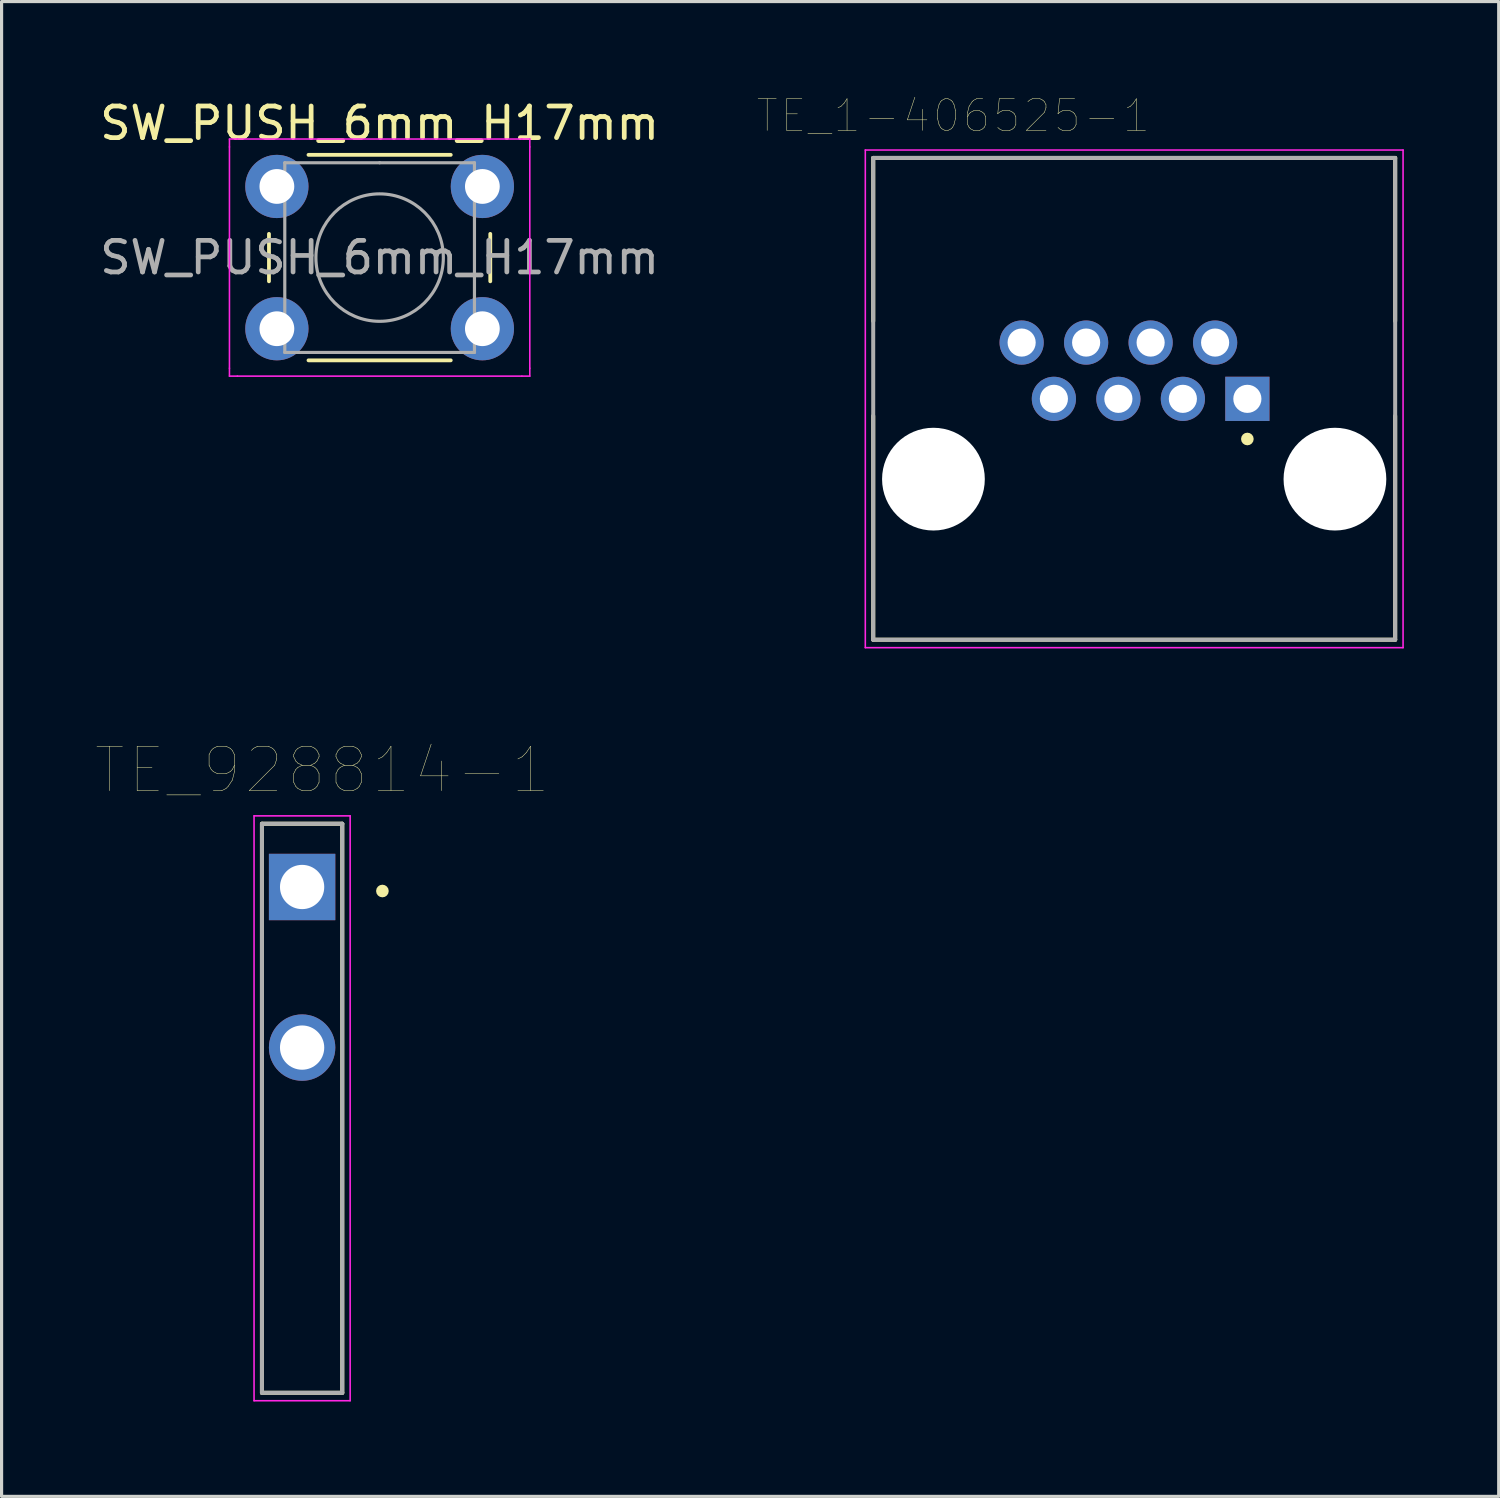
<source format=kicad_pcb>
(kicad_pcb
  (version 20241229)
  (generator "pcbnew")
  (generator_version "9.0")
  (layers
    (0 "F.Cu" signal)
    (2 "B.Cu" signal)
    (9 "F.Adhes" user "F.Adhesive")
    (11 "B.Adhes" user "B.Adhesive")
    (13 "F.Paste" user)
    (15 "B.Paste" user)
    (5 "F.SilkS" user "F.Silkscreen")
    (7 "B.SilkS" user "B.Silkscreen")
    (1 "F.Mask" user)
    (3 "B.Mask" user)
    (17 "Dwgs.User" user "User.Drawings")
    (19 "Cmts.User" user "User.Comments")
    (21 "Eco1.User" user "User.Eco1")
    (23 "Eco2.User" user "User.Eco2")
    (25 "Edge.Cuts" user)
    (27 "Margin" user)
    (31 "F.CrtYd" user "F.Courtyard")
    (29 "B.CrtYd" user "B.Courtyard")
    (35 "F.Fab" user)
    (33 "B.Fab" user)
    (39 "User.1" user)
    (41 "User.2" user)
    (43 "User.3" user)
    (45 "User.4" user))
  (footprint "TE_928814-1"
    (layer "F.Cu")
    (at 6.506 25.007)
    (property "Reference" "TE_928814-1" (at 0.637 -3.697 0) (layer "F.SilkS") (effects (font (size 1.405 1.405) (thickness 0.015))))
    (attr through_hole)
    (fp_line (start -1.27 -2) (end -1.27 16) (stroke (width 0.127) (type solid)) (layer "F.SilkS"))
    (fp_line (start -1.27 16) (end 1.27 16) (stroke (width 0.127) (type solid)) (layer "F.SilkS"))
    (fp_line (start 1.27 -2) (end -1.27 -2) (stroke (width 0.127) (type solid)) (layer "F.SilkS"))
    (fp_line (start 1.27 16) (end 1.27 -2) (stroke (width 0.127) (type solid)) (layer "F.SilkS"))
    (fp_circle (center 2.54 0.127) (end 2.64 0.127) (stroke (width 0.2) (type solid)) (fill no) (layer "F.SilkS"))
    (fp_line (start -1.52 -2.25) (end -1.52 16.25) (stroke (width 0.05) (type solid)) (layer "F.CrtYd"))
    (fp_line (start -1.52 16.25) (end 1.52 16.25) (stroke (width 0.05) (type solid)) (layer "F.CrtYd"))
    (fp_line (start 1.52 -2.25) (end -1.52 -2.25) (stroke (width 0.05) (type solid)) (layer "F.CrtYd"))
    (fp_line (start 1.52 16.25) (end 1.52 -2.25) (stroke (width 0.05) (type solid)) (layer "F.CrtYd"))
    (fp_line (start -1.27 -2) (end -1.27 16) (stroke (width 0.127) (type solid)) (layer "F.Fab"))
    (fp_line (start -1.27 16) (end 1.27 16) (stroke (width 0.127) (type solid)) (layer "F.Fab"))
    (fp_line (start 1.27 -2) (end -1.27 -2) (stroke (width 0.127) (type solid)) (layer "F.Fab"))
    (fp_line (start 1.27 16) (end 1.27 -2) (stroke (width 0.127) (type solid)) (layer "F.Fab"))
    (pad "1" thru_hole rect (at 0 0) (size 2.1 2.1) (drill 1.4) (layers "*.Cu" "*.Mask"))
    (pad "2" thru_hole circle (at 0 5.08) (size 2.1 2.1) (drill 1.4) (layers "*.Cu" "*.Mask")))
  (footprint "SW_PUSH_6mm_H17mm"
    (layer "F.Cu")
    (at 5.708 2.848)
    (property "Reference" "SW_PUSH_6mm_H17mm" (at 3.25 -2 0) (layer "F.SilkS") (effects (font (size 1 1) (thickness 0.15))))
    (attr through_hole)
    (fp_line (start -0.25 1.5) (end -0.25 3) (stroke (width 0.12) (type solid)) (layer "F.SilkS"))
    (fp_line (start 1 5.5) (end 5.5 5.5) (stroke (width 0.12) (type solid)) (layer "F.SilkS"))
    (fp_line (start 5.5 -1) (end 1 -1) (stroke (width 0.12) (type solid)) (layer "F.SilkS"))
    (fp_line (start 6.75 3) (end 6.75 1.5) (stroke (width 0.12) (type solid)) (layer "F.SilkS"))
    (fp_line (start -1.5 -1.5) (end -1.25 -1.5) (stroke (width 0.05) (type solid)) (layer "F.CrtYd"))
    (fp_line (start -1.5 -1.25) (end -1.5 -1.5) (stroke (width 0.05) (type solid)) (layer "F.CrtYd"))
    (fp_line (start -1.5 5.75) (end -1.5 -1.25) (stroke (width 0.05) (type solid)) (layer "F.CrtYd"))
    (fp_line (start -1.5 5.75) (end -1.5 6) (stroke (width 0.05) (type solid)) (layer "F.CrtYd"))
    (fp_line (start -1.5 6) (end -1.25 6) (stroke (width 0.05) (type solid)) (layer "F.CrtYd"))
    (fp_line (start -1.25 -1.5) (end 7.75 -1.5) (stroke (width 0.05) (type solid)) (layer "F.CrtYd"))
    (fp_line (start 7.75 -1.5) (end 8 -1.5) (stroke (width 0.05) (type solid)) (layer "F.CrtYd"))
    (fp_line (start 7.75 6) (end -1.25 6) (stroke (width 0.05) (type solid)) (layer "F.CrtYd"))
    (fp_line (start 7.75 6) (end 8 6) (stroke (width 0.05) (type solid)) (layer "F.CrtYd"))
    (fp_line (start 8 -1.5) (end 8 -1.25) (stroke (width 0.05) (type solid)) (layer "F.CrtYd"))
    (fp_line (start 8 -1.25) (end 8 5.75) (stroke (width 0.05) (type solid)) (layer "F.CrtYd"))
    (fp_line (start 8 6) (end 8 5.75) (stroke (width 0.05) (type solid)) (layer "F.CrtYd"))
    (fp_line (start 0.25 -0.75) (end 3.25 -0.75) (stroke (width 0.1) (type solid)) (layer "F.Fab"))
    (fp_line (start 0.25 5.25) (end 0.25 -0.75) (stroke (width 0.1) (type solid)) (layer "F.Fab"))
    (fp_line (start 3.25 -0.75) (end 6.25 -0.75) (stroke (width 0.1) (type solid)) (layer "F.Fab"))
    (fp_line (start 6.25 -0.75) (end 6.25 5.25) (stroke (width 0.1) (type solid)) (layer "F.Fab"))
    (fp_line (start 6.25 5.25) (end 0.25 5.25) (stroke (width 0.1) (type solid)) (layer "F.Fab"))
    (fp_circle (center 3.25 2.25) (end 1.25 2.5) (stroke (width 0.1) (type solid)) (fill no) (layer "F.Fab"))
    (fp_text user "${REFERENCE}" (at 3.25 2.25 0) (layer "F.Fab") (effects (font (size 1 1) (thickness 0.15))))
    (pad "1" thru_hole circle (at 0 0 90) (size 2 2) (drill 1.1) (layers "*.Cu" "*.Mask"))
    (pad "1" thru_hole circle (at 6.5 0 90) (size 2 2) (drill 1.1) (layers "*.Cu" "*.Mask"))
    (pad "2" thru_hole circle (at 0 4.5 90) (size 2 2) (drill 1.1) (layers "*.Cu" "*.Mask"))
    (pad "2" thru_hole circle (at 6.5 4.5 90) (size 2 2) (drill 1.1) (layers "*.Cu" "*.Mask")))
  (footprint "TE_1-406525-1"
    (layer "F.Cu")
    (at 32.826 12.106)
    (property "Reference" "TE_1-406525-1" (at -5.722 -11.494 0) (layer "F.SilkS") (effects (font (size 1.001 1.001) (thickness 0.015))))
    (attr through_hole)
    (fp_line (start -8.255 -10.16) (end 8.255 -10.16) (stroke (width 0.127) (type solid)) (layer "F.SilkS"))
    (fp_line (start -8.255 -5) (end -8.255 -10.16) (stroke (width 0.127) (type solid)) (layer "F.SilkS"))
    (fp_line (start -8.255 -2) (end -8.255 5.08) (stroke (width 0.127) (type solid)) (layer "F.SilkS"))
    (fp_line (start -8.255 5.08) (end 8.255 5.08) (stroke (width 0.127) (type solid)) (layer "F.SilkS"))
    (fp_line (start 8.255 -10.16) (end 8.255 -5) (stroke (width 0.127) (type solid)) (layer "F.SilkS"))
    (fp_line (start 8.255 5.08) (end 8.255 -2) (stroke (width 0.127) (type solid)) (layer "F.SilkS"))
    (fp_circle (center 3.58 -1.27) (end 3.68 -1.27) (stroke (width 0.2) (type solid)) (fill no) (layer "F.SilkS"))
    (fp_line (start -8.505 -10.41) (end -8.505 5.33) (stroke (width 0.05) (type solid)) (layer "F.CrtYd"))
    (fp_line (start -8.505 5.33) (end 8.505 5.33) (stroke (width 0.05) (type solid)) (layer "F.CrtYd"))
    (fp_line (start 8.505 -10.41) (end -8.505 -10.41) (stroke (width 0.05) (type solid)) (layer "F.CrtYd"))
    (fp_line (start 8.505 5.33) (end 8.505 -10.41) (stroke (width 0.05) (type solid)) (layer "F.CrtYd"))
    (fp_line (start -8.255 -10.16) (end -8.255 5.08) (stroke (width 0.127) (type solid)) (layer "F.Fab"))
    (fp_line (start -8.255 5.08) (end 8.255 5.08) (stroke (width 0.127) (type solid)) (layer "F.Fab"))
    (fp_line (start 8.255 -10.16) (end -8.255 -10.16) (stroke (width 0.127) (type solid)) (layer "F.Fab"))
    (fp_line (start 8.255 5.08) (end 8.255 -10.16) (stroke (width 0.127) (type solid)) (layer "F.Fab"))
    (pad "" np_thru_hole circle (at -6.35 0) (size 3.25 3.25) (drill 3.25) (layers "*.Cu" "*.Mask"))
    (pad "" np_thru_hole circle (at 6.35 0) (size 3.25 3.25) (drill 3.25) (layers "*.Cu" "*.Mask"))
    (pad "1" thru_hole rect (at 3.58 -2.54) (size 1.398 1.398) (drill 0.89) (layers "*.Cu" "*.Mask"))
    (pad "2" thru_hole circle (at 2.56 -4.32) (size 1.398 1.398) (drill 0.89) (layers "*.Cu" "*.Mask"))
    (pad "3" thru_hole circle (at 1.54 -2.54) (size 1.398 1.398) (drill 0.89) (layers "*.Cu" "*.Mask"))
    (pad "4" thru_hole circle (at 0.52 -4.32) (size 1.398 1.398) (drill 0.89) (layers "*.Cu" "*.Mask"))
    (pad "5" thru_hole circle (at -0.5 -2.54) (size 1.398 1.398) (drill 0.89) (layers "*.Cu" "*.Mask"))
    (pad "6" thru_hole circle (at -1.52 -4.32) (size 1.398 1.398) (drill 0.89) (layers "*.Cu" "*.Mask"))
    (pad "7" thru_hole circle (at -2.54 -2.54) (size 1.398 1.398) (drill 0.89) (layers "*.Cu" "*.Mask"))
    (pad "8" thru_hole circle (at -3.56 -4.32) (size 1.398 1.398) (drill 0.89) (layers "*.Cu" "*.Mask")))
  (gr_rect
    (start -3 -3)
    (end 44.356 44.282)
    (stroke (width 0.1) (type default))
    (fill no)
    (layer "Edge.Cuts")))
</source>
